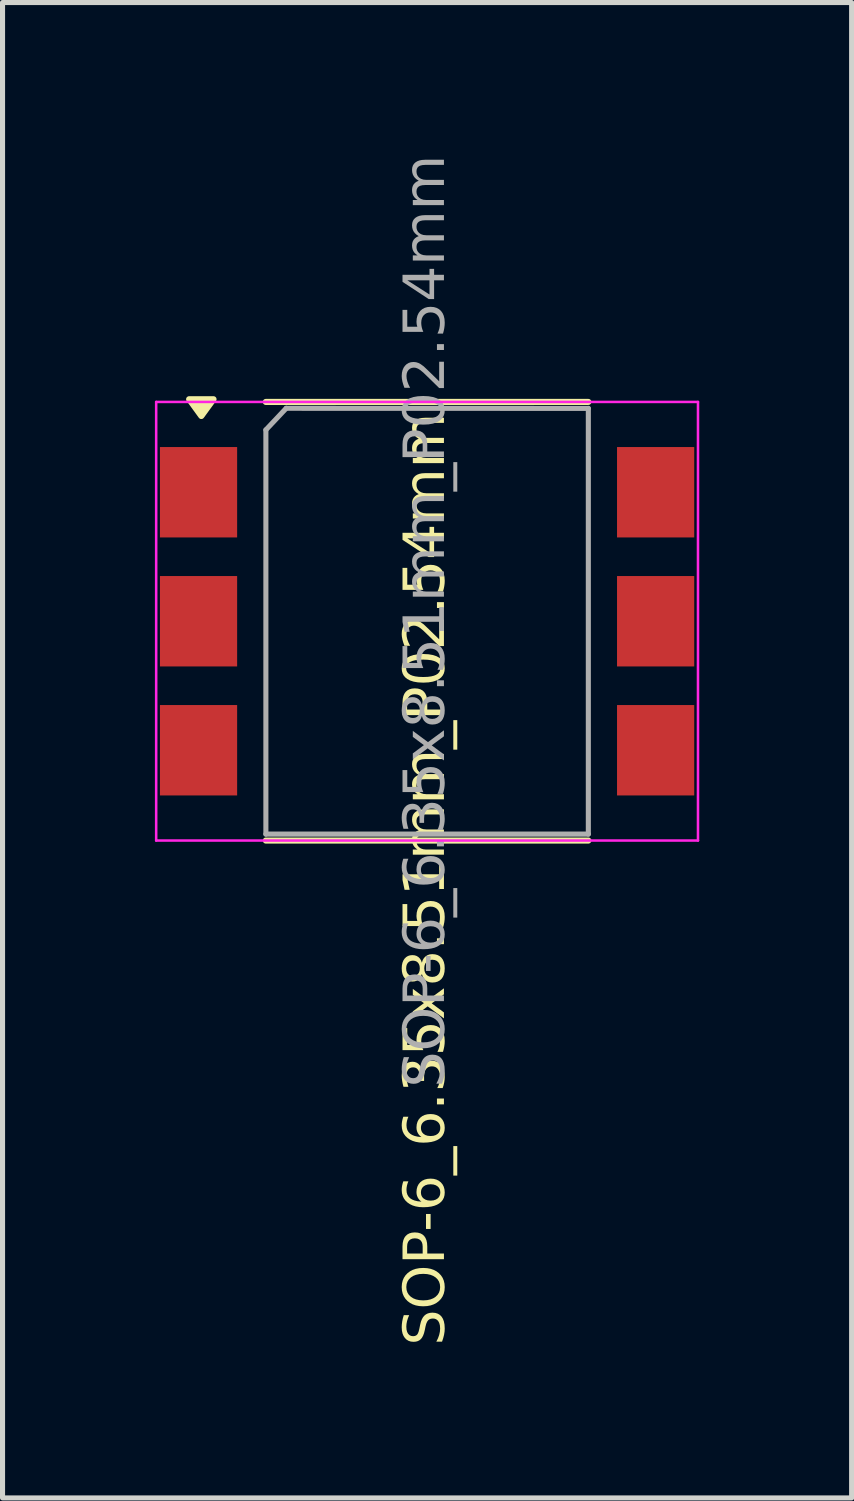
<source format=kicad_pcb>
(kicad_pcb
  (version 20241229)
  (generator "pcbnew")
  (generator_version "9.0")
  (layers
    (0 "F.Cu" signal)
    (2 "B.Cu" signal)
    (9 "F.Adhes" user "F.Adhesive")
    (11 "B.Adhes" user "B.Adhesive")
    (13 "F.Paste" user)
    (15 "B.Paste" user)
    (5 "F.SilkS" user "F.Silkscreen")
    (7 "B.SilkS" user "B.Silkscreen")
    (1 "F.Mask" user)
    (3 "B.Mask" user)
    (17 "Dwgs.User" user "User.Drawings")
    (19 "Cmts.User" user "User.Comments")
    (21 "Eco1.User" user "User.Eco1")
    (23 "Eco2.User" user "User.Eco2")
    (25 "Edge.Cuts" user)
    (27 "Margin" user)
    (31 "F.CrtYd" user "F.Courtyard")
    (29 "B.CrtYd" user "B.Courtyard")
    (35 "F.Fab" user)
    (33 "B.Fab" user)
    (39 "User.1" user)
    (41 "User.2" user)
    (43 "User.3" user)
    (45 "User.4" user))
  (footprint "SOP-6_6.35x8.51mm_P02.54mm"
    (layer "F.Cu")
    (at 5.359 9.182)
    (property "Reference" "SOP-6_6.35x8.51mm_P02.54mm" (at 0 5.08 90) (layer "F.SilkS") (effects (font (face "Berlin Type Office") (size 0.8 0.8) (thickness 0.1))))
    (attr smd)
    (fp_line (start -3.175 -4.318) (end 3.175 -4.318) (stroke (width 0.12) (type solid)) (layer "F.SilkS"))
    (fp_line (start -3.175 4.318) (end 3.175 4.318) (stroke (width 0.12) (type solid)) (layer "F.SilkS"))
    (fp_poly (pts (xy -4.445 -4.041) (xy -4.685 -4.371) (xy -4.205 -4.371) (xy -4.445 -4.041)) (stroke (width 0.12) (type solid)) (fill yes) (layer "F.SilkS"))
    (fp_line (start -5.334 -4.318) (end -5.334 4.318) (stroke (width 0.05) (type solid)) (layer "F.CrtYd"))
    (fp_line (start -5.334 -4.318) (end 5.334 -4.318) (stroke (width 0.05) (type solid)) (layer "F.CrtYd"))
    (fp_line (start 5.334 4.318) (end -5.334 4.318) (stroke (width 0.05) (type solid)) (layer "F.CrtYd"))
    (fp_line (start 5.334 4.318) (end 5.334 -4.318) (stroke (width 0.05) (type solid)) (layer "F.CrtYd"))
    (fp_line (start -3.174 -3.768) (end -3.174 4.191) (stroke (width 0.1) (type solid)) (layer "F.Fab"))
    (fp_line (start -3.174 -3.768) (end -2.774 -4.193) (stroke (width 0.1) (type solid)) (layer "F.Fab"))
    (fp_line (start 3.175 -4.191) (end -2.774 -4.193) (stroke (width 0.1) (type solid)) (layer "F.Fab"))
    (fp_line (start 3.175 -4.191) (end 3.175 4.191) (stroke (width 0.1) (type solid)) (layer "F.Fab"))
    (fp_line (start 3.175 4.191) (end -3.174 4.191) (stroke (width 0.1) (type solid)) (layer "F.Fab"))
    (fp_text user "${REFERENCE}" (at 0 0 90) (layer "F.Fab") (effects (font (face "Berlin Type Office") (size 0.8 0.8) (thickness 0.1))))
    (pad "1" smd rect (at -4.5 -2.54) (size 1.52 1.78) (layers "F.Cu" "F.Mask" "F.Paste"))
    (pad "2" smd rect (at -4.5 0) (size 1.52 1.78) (layers "F.Cu" "F.Mask" "F.Paste"))
    (pad "3" smd rect (at -4.5 2.54) (size 1.52 1.78) (layers "F.Cu" "F.Mask" "F.Paste"))
    (pad "4" smd rect (at 4.5 2.54) (size 1.52 1.78) (layers "F.Cu" "F.Mask" "F.Paste"))
    (pad "5" smd rect (at 4.5 0) (size 1.52 1.78) (layers "F.Cu" "F.Mask" "F.Paste"))
    (pad "6" smd rect (at 4.5 -2.54) (size 1.52 1.78) (layers "F.Cu" "F.Mask" "F.Paste")))
  (gr_rect
    (start -3 -3)
    (end 13.718 26.443)
    (stroke (width 0.1) (type default))
    (fill no)
    (layer "Edge.Cuts")))
</source>
